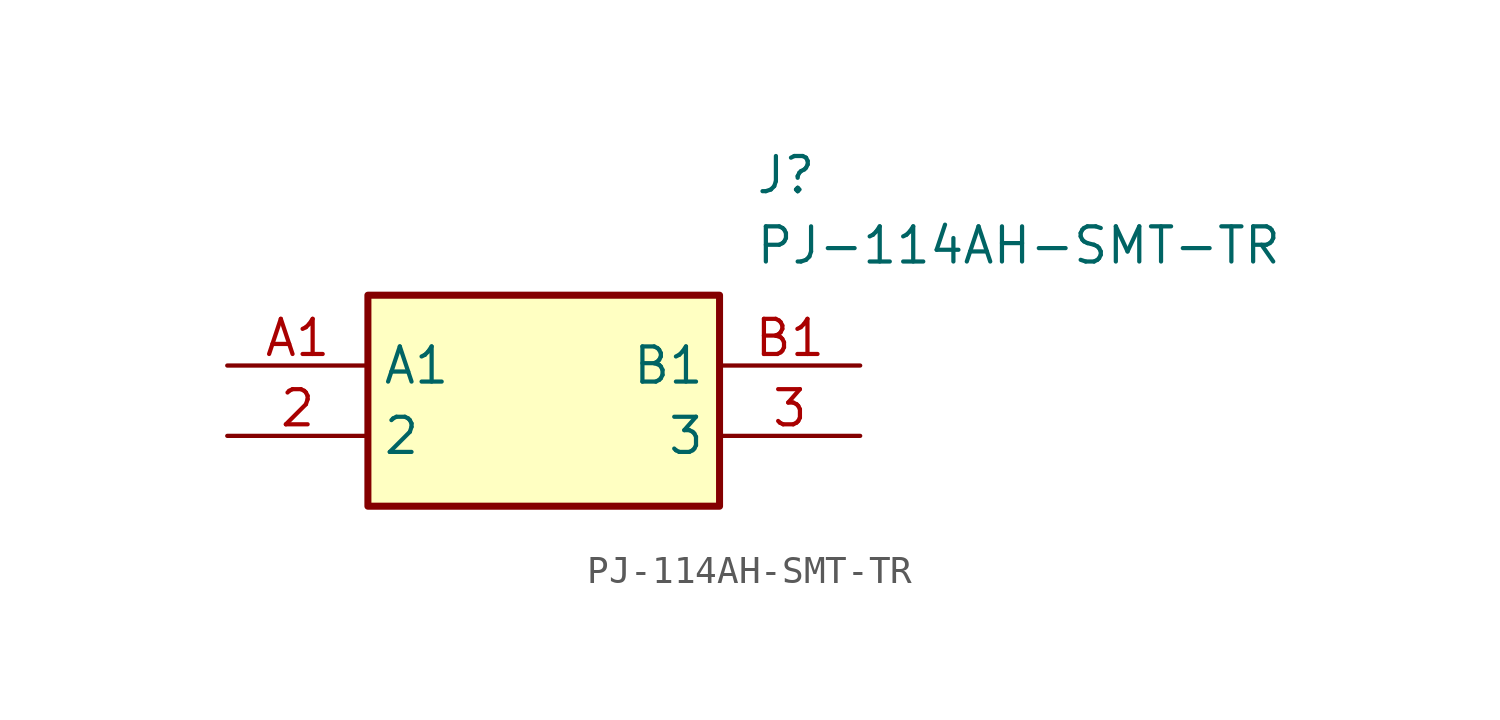
<source format=kicad_sym>
(kicad_symbol_lib
  (version 20211014)
  (generator SamacSys_ECAD_Model)
  (symbol "PJ-114AH-SMT-TR"
    (property "Reference" "J"
      (at 19.05 7.62 0)
      (effects (font (size 1.27 1.27)) (justify left top)))
    (property "Value" "PJ-114AH-SMT-TR"
      (at 19.05 5.08 0)
      (effects (font (size 1.27 1.27)) (justify left top)))
    (rectangle
      (start 5.08 2.54)
      (end 17.78 -5.08)
      (stroke (width 0.254) (type default))
      (fill (type background)))
    (pin passive line
      (at 0 -2.54 0)
      (length 5.08)
      (name "2" (effects (font (size 1.27 1.27))))
      (number "2" (effects (font (size 1.27 1.27)))))
    (pin passive line
      (at 22.86 -2.54 180)
      (length 5.08)
      (name "3" (effects (font (size 1.27 1.27))))
      (number "3" (effects (font (size 1.27 1.27)))))
    (pin passive line
      (at 0 0 0)
      (length 5.08)
      (name "A1" (effects (font (size 1.27 1.27))))
      (number "A1" (effects (font (size 1.27 1.27)))))
    (pin passive line
      (at 22.86 0 180)
      (length 5.08)
      (name "B1" (effects (font (size 1.27 1.27))))
      (number "B1" (effects (font (size 1.27 1.27)))))))
</source>
